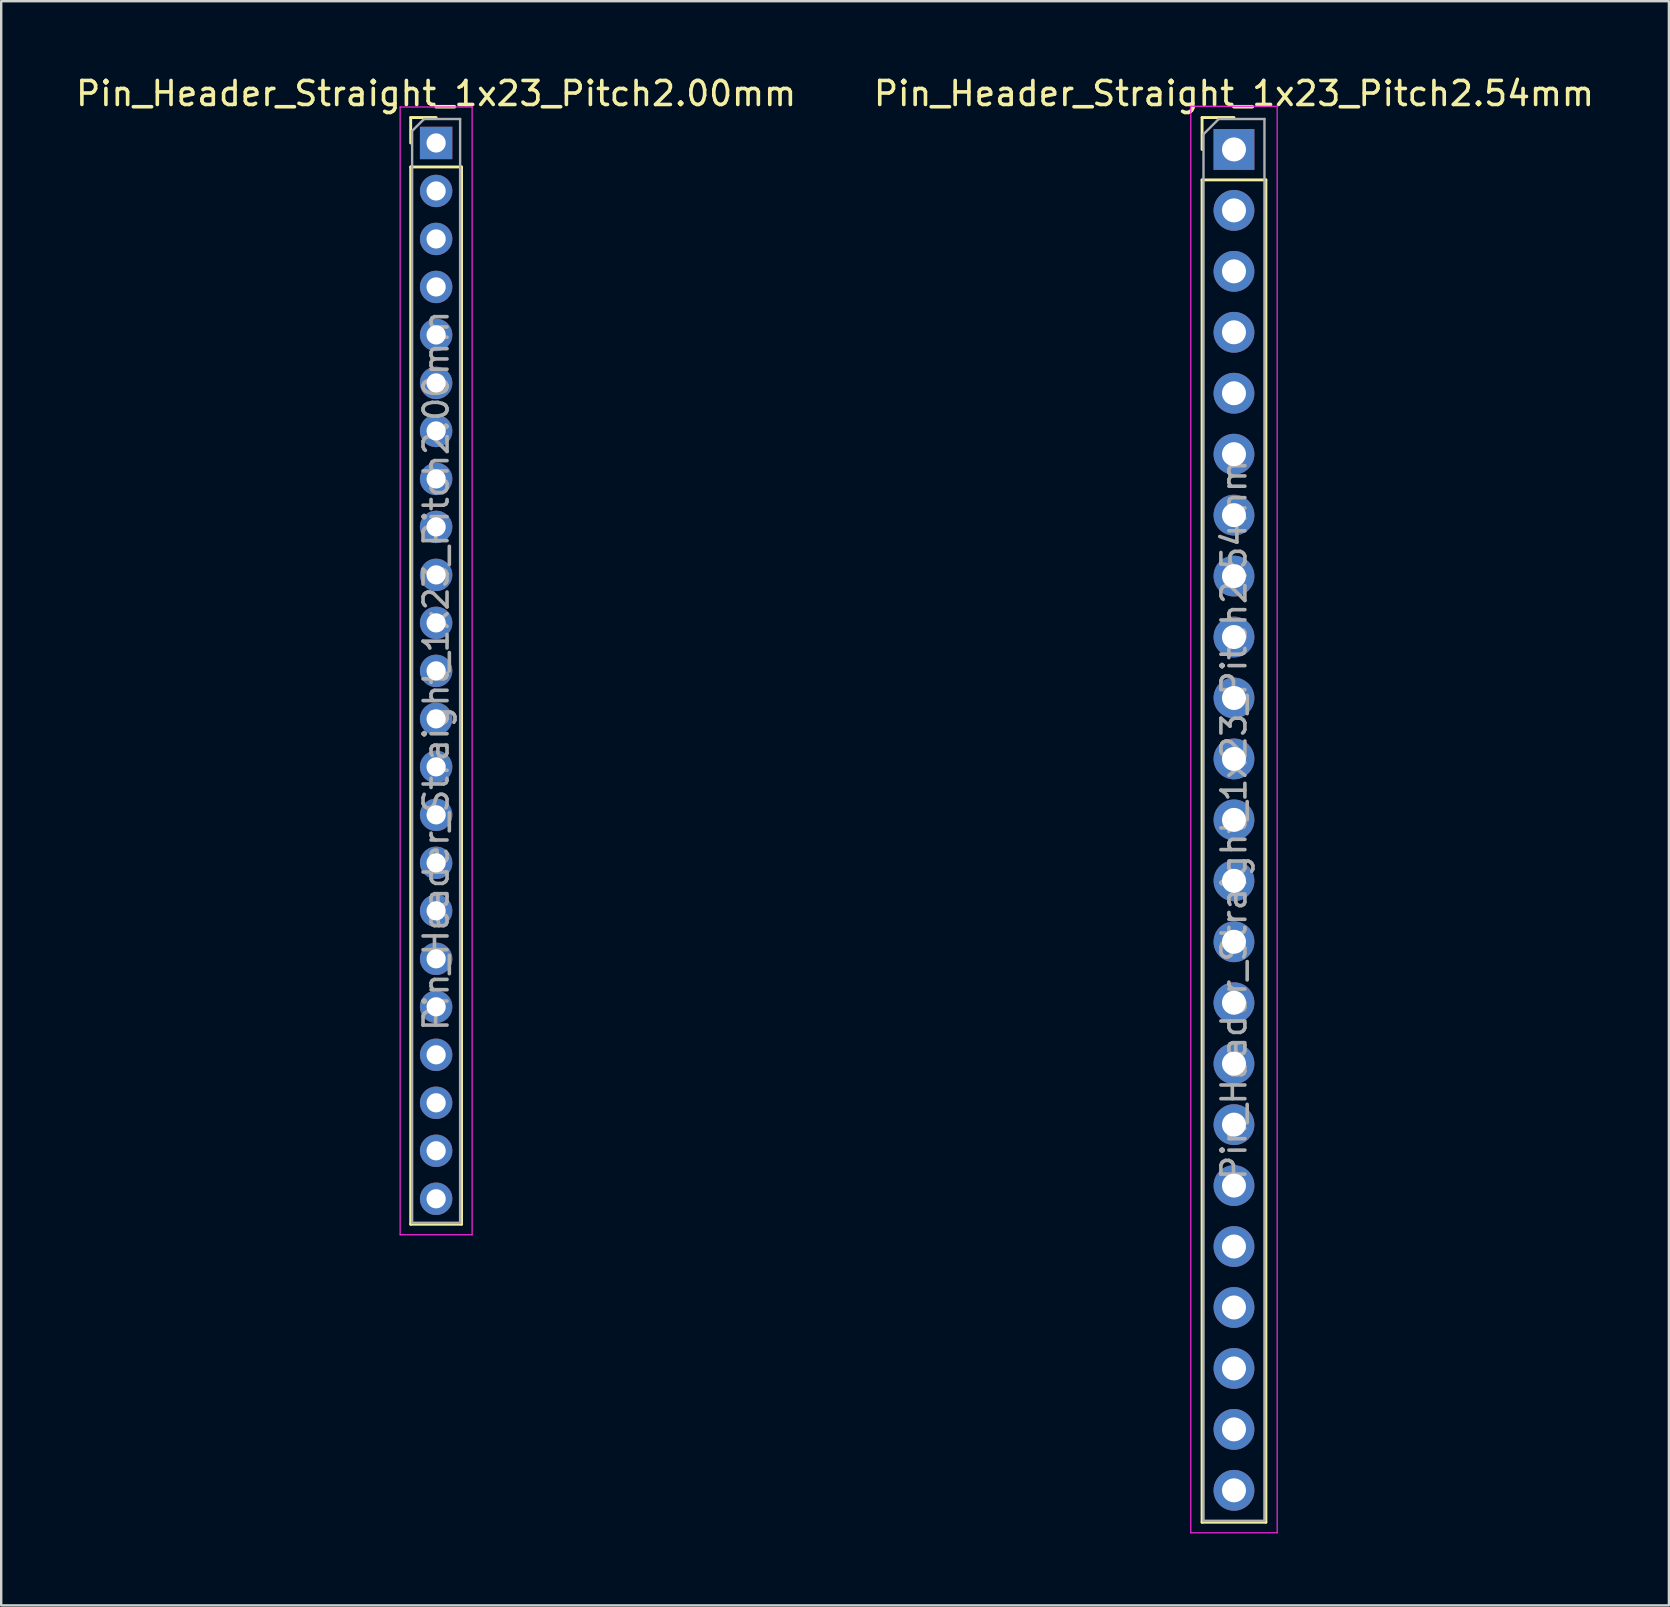
<source format=kicad_pcb>
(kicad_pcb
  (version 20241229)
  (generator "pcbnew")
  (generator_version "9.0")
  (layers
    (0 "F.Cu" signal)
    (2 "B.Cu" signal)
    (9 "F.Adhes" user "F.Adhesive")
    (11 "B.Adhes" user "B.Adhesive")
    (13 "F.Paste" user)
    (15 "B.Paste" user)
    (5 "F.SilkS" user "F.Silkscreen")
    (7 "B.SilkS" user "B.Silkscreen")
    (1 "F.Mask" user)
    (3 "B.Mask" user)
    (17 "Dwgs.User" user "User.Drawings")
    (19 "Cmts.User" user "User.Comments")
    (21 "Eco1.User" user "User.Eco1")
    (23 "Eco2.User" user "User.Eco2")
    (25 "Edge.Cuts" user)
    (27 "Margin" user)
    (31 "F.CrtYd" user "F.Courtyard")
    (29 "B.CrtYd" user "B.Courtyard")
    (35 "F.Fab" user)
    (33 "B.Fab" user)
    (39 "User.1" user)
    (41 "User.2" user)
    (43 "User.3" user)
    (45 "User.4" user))
  (footprint "Pin_Header_Straight_1x23_Pitch2.54mm"
    (layer "F.Cu")
    (at 48.375 3.178)
    (property "Reference" "Pin_Header_Straight_1x23_Pitch2.54mm" (at 0 -2.33 0) (layer "F.SilkS") (effects (font (size 1 1) (thickness 0.15))))
    (attr through_hole)
    (fp_line (start -1.33 -1.33) (end 0 -1.33) (stroke (width 0.12) (type solid)) (layer "F.SilkS"))
    (fp_line (start -1.33 0) (end -1.33 -1.33) (stroke (width 0.12) (type solid)) (layer "F.SilkS"))
    (fp_line (start -1.33 1.27) (end -1.33 57.21) (stroke (width 0.12) (type solid)) (layer "F.SilkS"))
    (fp_line (start -1.33 1.27) (end 1.33 1.27) (stroke (width 0.12) (type solid)) (layer "F.SilkS"))
    (fp_line (start -1.33 57.21) (end 1.33 57.21) (stroke (width 0.12) (type solid)) (layer "F.SilkS"))
    (fp_line (start 1.33 1.27) (end 1.33 57.21) (stroke (width 0.12) (type solid)) (layer "F.SilkS"))
    (fp_line (start -1.8 -1.8) (end -1.8 57.65) (stroke (width 0.05) (type solid)) (layer "F.CrtYd"))
    (fp_line (start -1.8 57.65) (end 1.8 57.65) (stroke (width 0.05) (type solid)) (layer "F.CrtYd"))
    (fp_line (start 1.8 -1.8) (end -1.8 -1.8) (stroke (width 0.05) (type solid)) (layer "F.CrtYd"))
    (fp_line (start 1.8 57.65) (end 1.8 -1.8) (stroke (width 0.05) (type solid)) (layer "F.CrtYd"))
    (fp_line (start -1.27 -0.635) (end -0.635 -1.27) (stroke (width 0.1) (type solid)) (layer "F.Fab"))
    (fp_line (start -1.27 57.15) (end -1.27 -0.635) (stroke (width 0.1) (type solid)) (layer "F.Fab"))
    (fp_line (start -0.635 -1.27) (end 1.27 -1.27) (stroke (width 0.1) (type solid)) (layer "F.Fab"))
    (fp_line (start 1.27 -1.27) (end 1.27 57.15) (stroke (width 0.1) (type solid)) (layer "F.Fab"))
    (fp_line (start 1.27 57.15) (end -1.27 57.15) (stroke (width 0.1) (type solid)) (layer "F.Fab"))
    (fp_text user "${REFERENCE}" (at 0 27.94 90) (layer "F.Fab") (effects (font (size 1 1) (thickness 0.15))))
    (pad "1" thru_hole rect (at 0 0) (size 1.7 1.7) (drill 1) (layers "*.Cu" "*.Mask"))
    (pad "2" thru_hole oval (at 0 2.54) (size 1.7 1.7) (drill 1) (layers "*.Cu" "*.Mask"))
    (pad "3" thru_hole oval (at 0 5.08) (size 1.7 1.7) (drill 1) (layers "*.Cu" "*.Mask"))
    (pad "4" thru_hole oval (at 0 7.62) (size 1.7 1.7) (drill 1) (layers "*.Cu" "*.Mask"))
    (pad "5" thru_hole oval (at 0 10.16) (size 1.7 1.7) (drill 1) (layers "*.Cu" "*.Mask"))
    (pad "6" thru_hole oval (at 0 12.7) (size 1.7 1.7) (drill 1) (layers "*.Cu" "*.Mask"))
    (pad "7" thru_hole oval (at 0 15.24) (size 1.7 1.7) (drill 1) (layers "*.Cu" "*.Mask"))
    (pad "8" thru_hole oval (at 0 17.78) (size 1.7 1.7) (drill 1) (layers "*.Cu" "*.Mask"))
    (pad "9" thru_hole oval (at 0 20.32) (size 1.7 1.7) (drill 1) (layers "*.Cu" "*.Mask"))
    (pad "10" thru_hole oval (at 0 22.86) (size 1.7 1.7) (drill 1) (layers "*.Cu" "*.Mask"))
    (pad "11" thru_hole oval (at 0 25.4) (size 1.7 1.7) (drill 1) (layers "*.Cu" "*.Mask"))
    (pad "12" thru_hole oval (at 0 27.94) (size 1.7 1.7) (drill 1) (layers "*.Cu" "*.Mask"))
    (pad "13" thru_hole oval (at 0 30.48) (size 1.7 1.7) (drill 1) (layers "*.Cu" "*.Mask"))
    (pad "14" thru_hole oval (at 0 33.02) (size 1.7 1.7) (drill 1) (layers "*.Cu" "*.Mask"))
    (pad "15" thru_hole oval (at 0 35.56) (size 1.7 1.7) (drill 1) (layers "*.Cu" "*.Mask"))
    (pad "16" thru_hole oval (at 0 38.1) (size 1.7 1.7) (drill 1) (layers "*.Cu" "*.Mask"))
    (pad "17" thru_hole oval (at 0 40.64) (size 1.7 1.7) (drill 1) (layers "*.Cu" "*.Mask"))
    (pad "18" thru_hole oval (at 0 43.18) (size 1.7 1.7) (drill 1) (layers "*.Cu" "*.Mask"))
    (pad "19" thru_hole oval (at 0 45.72) (size 1.7 1.7) (drill 1) (layers "*.Cu" "*.Mask"))
    (pad "20" thru_hole oval (at 0 48.26) (size 1.7 1.7) (drill 1) (layers "*.Cu" "*.Mask"))
    (pad "21" thru_hole oval (at 0 50.8) (size 1.7 1.7) (drill 1) (layers "*.Cu" "*.Mask"))
    (pad "22" thru_hole oval (at 0 53.34) (size 1.7 1.7) (drill 1) (layers "*.Cu" "*.Mask"))
    (pad "23" thru_hole oval (at 0 55.88) (size 1.7 1.7) (drill 1) (layers "*.Cu" "*.Mask")))
  (footprint "Pin_Header_Straight_1x23_Pitch2.00mm"
    (layer "F.Cu")
    (at 15.125 2.908)
    (property "Reference" "Pin_Header_Straight_1x23_Pitch2.00mm" (at 0 -2.06 0) (layer "F.SilkS") (effects (font (size 1 1) (thickness 0.15))))
    (attr through_hole)
    (fp_line (start -1.06 -1.06) (end 0 -1.06) (stroke (width 0.12) (type solid)) (layer "F.SilkS"))
    (fp_line (start -1.06 0) (end -1.06 -1.06) (stroke (width 0.12) (type solid)) (layer "F.SilkS"))
    (fp_line (start -1.06 1) (end -1.06 45.06) (stroke (width 0.12) (type solid)) (layer "F.SilkS"))
    (fp_line (start -1.06 1) (end 1.06 1) (stroke (width 0.12) (type solid)) (layer "F.SilkS"))
    (fp_line (start -1.06 45.06) (end 1.06 45.06) (stroke (width 0.12) (type solid)) (layer "F.SilkS"))
    (fp_line (start 1.06 1) (end 1.06 45.06) (stroke (width 0.12) (type solid)) (layer "F.SilkS"))
    (fp_line (start -1.5 -1.5) (end -1.5 45.5) (stroke (width 0.05) (type solid)) (layer "F.CrtYd"))
    (fp_line (start -1.5 45.5) (end 1.5 45.5) (stroke (width 0.05) (type solid)) (layer "F.CrtYd"))
    (fp_line (start 1.5 -1.5) (end -1.5 -1.5) (stroke (width 0.05) (type solid)) (layer "F.CrtYd"))
    (fp_line (start 1.5 45.5) (end 1.5 -1.5) (stroke (width 0.05) (type solid)) (layer "F.CrtYd"))
    (fp_line (start -1 -0.5) (end -0.5 -1) (stroke (width 0.1) (type solid)) (layer "F.Fab"))
    (fp_line (start -1 45) (end -1 -0.5) (stroke (width 0.1) (type solid)) (layer "F.Fab"))
    (fp_line (start -0.5 -1) (end 1 -1) (stroke (width 0.1) (type solid)) (layer "F.Fab"))
    (fp_line (start 1 -1) (end 1 45) (stroke (width 0.1) (type solid)) (layer "F.Fab"))
    (fp_line (start 1 45) (end -1 45) (stroke (width 0.1) (type solid)) (layer "F.Fab"))
    (fp_text user "${REFERENCE}" (at 0 22 90) (layer "F.Fab") (effects (font (size 1 1) (thickness 0.15))))
    (pad "1" thru_hole rect (at 0 0) (size 1.35 1.35) (drill 0.8) (layers "*.Cu" "*.Mask"))
    (pad "2" thru_hole oval (at 0 2) (size 1.35 1.35) (drill 0.8) (layers "*.Cu" "*.Mask"))
    (pad "3" thru_hole oval (at 0 4) (size 1.35 1.35) (drill 0.8) (layers "*.Cu" "*.Mask"))
    (pad "4" thru_hole oval (at 0 6) (size 1.35 1.35) (drill 0.8) (layers "*.Cu" "*.Mask"))
    (pad "5" thru_hole oval (at 0 8) (size 1.35 1.35) (drill 0.8) (layers "*.Cu" "*.Mask"))
    (pad "6" thru_hole oval (at 0 10) (size 1.35 1.35) (drill 0.8) (layers "*.Cu" "*.Mask"))
    (pad "7" thru_hole oval (at 0 12) (size 1.35 1.35) (drill 0.8) (layers "*.Cu" "*.Mask"))
    (pad "8" thru_hole oval (at 0 14) (size 1.35 1.35) (drill 0.8) (layers "*.Cu" "*.Mask"))
    (pad "9" thru_hole oval (at 0 16) (size 1.35 1.35) (drill 0.8) (layers "*.Cu" "*.Mask"))
    (pad "10" thru_hole oval (at 0 18) (size 1.35 1.35) (drill 0.8) (layers "*.Cu" "*.Mask"))
    (pad "11" thru_hole oval (at 0 20) (size 1.35 1.35) (drill 0.8) (layers "*.Cu" "*.Mask"))
    (pad "12" thru_hole oval (at 0 22) (size 1.35 1.35) (drill 0.8) (layers "*.Cu" "*.Mask"))
    (pad "13" thru_hole oval (at 0 24) (size 1.35 1.35) (drill 0.8) (layers "*.Cu" "*.Mask"))
    (pad "14" thru_hole oval (at 0 26) (size 1.35 1.35) (drill 0.8) (layers "*.Cu" "*.Mask"))
    (pad "15" thru_hole oval (at 0 28) (size 1.35 1.35) (drill 0.8) (layers "*.Cu" "*.Mask"))
    (pad "16" thru_hole oval (at 0 30) (size 1.35 1.35) (drill 0.8) (layers "*.Cu" "*.Mask"))
    (pad "17" thru_hole oval (at 0 32) (size 1.35 1.35) (drill 0.8) (layers "*.Cu" "*.Mask"))
    (pad "18" thru_hole oval (at 0 34) (size 1.35 1.35) (drill 0.8) (layers "*.Cu" "*.Mask"))
    (pad "19" thru_hole oval (at 0 36) (size 1.35 1.35) (drill 0.8) (layers "*.Cu" "*.Mask"))
    (pad "20" thru_hole oval (at 0 38) (size 1.35 1.35) (drill 0.8) (layers "*.Cu" "*.Mask"))
    (pad "21" thru_hole oval (at 0 40) (size 1.35 1.35) (drill 0.8) (layers "*.Cu" "*.Mask"))
    (pad "22" thru_hole oval (at 0 42) (size 1.35 1.35) (drill 0.8) (layers "*.Cu" "*.Mask"))
    (pad "23" thru_hole oval (at 0 44) (size 1.35 1.35) (drill 0.8) (layers "*.Cu" "*.Mask")))
  (gr_rect
    (start -3 -3)
    (end 66.5 63.853)
    (stroke (width 0.1) (type default))
    (fill no)
    (layer "Edge.Cuts")))
</source>
